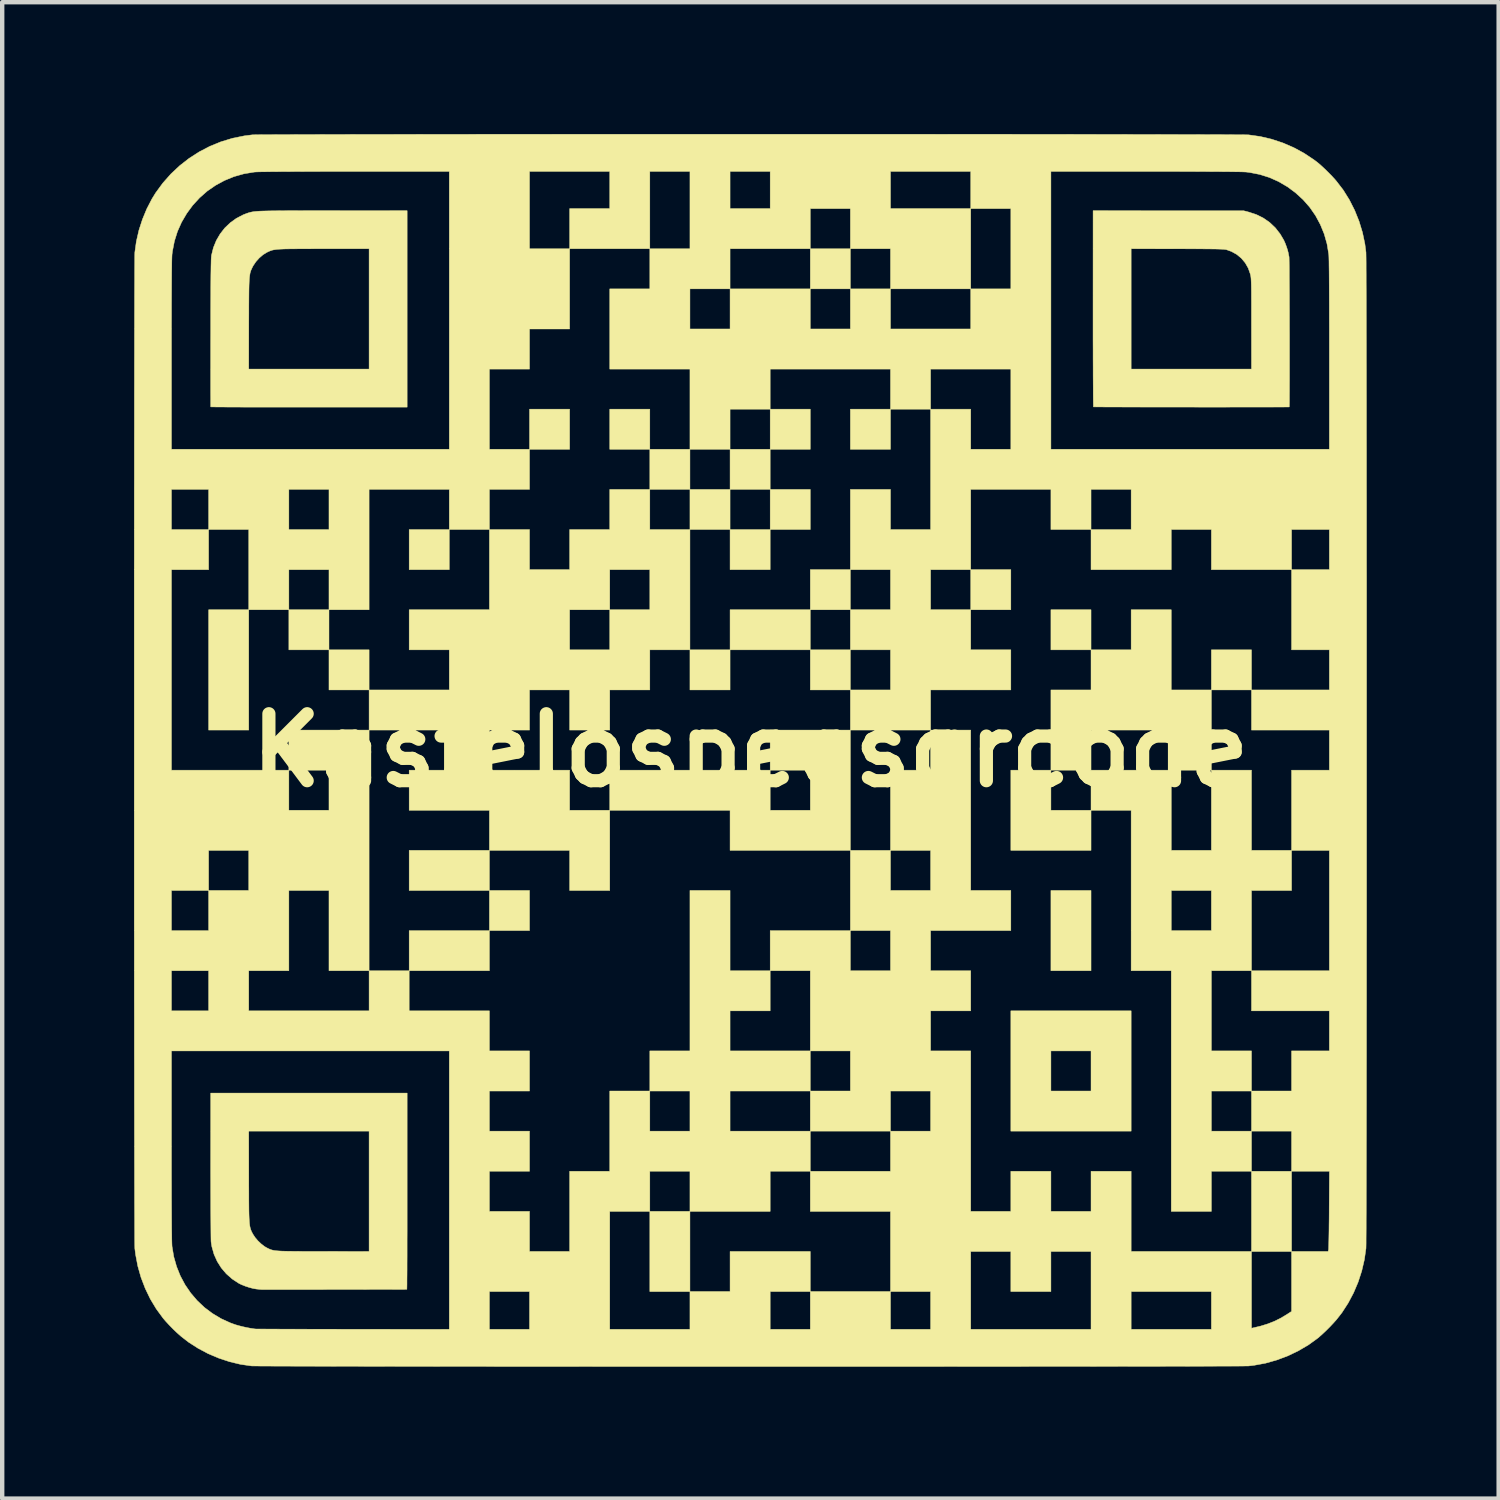
<source format=kicad_pcb>
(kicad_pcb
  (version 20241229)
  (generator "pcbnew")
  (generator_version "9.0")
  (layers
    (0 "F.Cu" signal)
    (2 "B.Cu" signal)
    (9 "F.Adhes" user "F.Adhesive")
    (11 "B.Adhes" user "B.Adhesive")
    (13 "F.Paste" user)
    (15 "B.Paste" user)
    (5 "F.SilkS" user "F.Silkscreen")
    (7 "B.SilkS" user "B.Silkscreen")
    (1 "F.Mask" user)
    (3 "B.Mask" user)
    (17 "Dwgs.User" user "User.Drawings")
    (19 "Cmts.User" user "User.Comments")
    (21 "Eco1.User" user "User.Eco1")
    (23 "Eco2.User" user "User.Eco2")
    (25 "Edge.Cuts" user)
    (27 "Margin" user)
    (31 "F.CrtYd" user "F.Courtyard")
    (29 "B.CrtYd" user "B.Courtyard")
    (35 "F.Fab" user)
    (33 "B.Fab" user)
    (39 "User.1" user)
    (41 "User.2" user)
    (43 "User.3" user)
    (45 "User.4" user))
  (footprint "Kastelospecsqrcode"
    (layer "F.Cu")
    (at 14.028 14.028)
    (property "Reference" "Kastelospecsqrcode" (at 0 0 0) (layer "F.SilkS") (effects (font (size 1.524 1.524) (thickness 0.3))))
    (attr through_hole)
    (fp_poly (pts (xy -11.417 -0.463) (xy -12.33 -0.463) (xy -12.33 -3.201) (xy -11.417 -3.201) (xy -11.417 -0.463)) (stroke (width 0.01) (type solid)) (fill yes) (layer "F.SilkS"))
    (fp_poly (pts (xy -9.591 -2.289) (xy -10.504 -2.289) (xy -10.504 -3.201) (xy -9.591 -3.201) (xy -9.591 -2.289)) (stroke (width 0.01) (type solid)) (fill yes) (layer "F.SilkS"))
    (fp_poly (pts (xy -8.678 -1.376) (xy -9.591 -1.376) (xy -9.591 -2.289) (xy -8.678 -2.289) (xy -8.678 -1.376)) (stroke (width 0.01) (type solid)) (fill yes) (layer "F.SilkS"))
    (fp_poly (pts (xy -6.853 -4.114) (xy -7.766 -4.114) (xy -7.766 -5.027) (xy -6.853 -5.027) (xy -6.853 -4.114)) (stroke (width 0.01) (type solid)) (fill yes) (layer "F.SilkS"))
    (fp_poly (pts (xy -5.94 3.188) (xy -7.766 3.188) (xy -7.766 2.275) (xy -5.94 2.275) (xy -5.94 3.188)) (stroke (width 0.01) (type solid)) (fill yes) (layer "F.SilkS"))
    (fp_poly (pts (xy -5.94 5.014) (xy -7.766 5.014) (xy -7.766 4.101) (xy -5.94 4.101) (xy -5.94 5.014)) (stroke (width 0.01) (type solid)) (fill yes) (layer "F.SilkS"))
    (fp_poly (pts (xy -5.027 4.101) (xy -5.94 4.101) (xy -5.94 3.188) (xy -5.027 3.188) (xy -5.027 4.101)) (stroke (width 0.01) (type solid)) (fill yes) (layer "F.SilkS"))
    (fp_poly (pts (xy -4.114 -6.853) (xy -5.027 -6.853) (xy -5.027 -7.766) (xy -4.114 -7.766) (xy -4.114 -6.853)) (stroke (width 0.01) (type solid)) (fill yes) (layer "F.SilkS"))
    (fp_poly (pts (xy -2.289 -6.853) (xy -3.201 -6.853) (xy -3.201 -7.766) (xy -2.289 -7.766) (xy -2.289 -6.853)) (stroke (width 0.01) (type solid)) (fill yes) (layer "F.SilkS"))
    (fp_poly (pts (xy -1.376 12.316) (xy -2.289 12.316) (xy -2.289 10.491) (xy -1.376 10.491) (xy -1.376 12.316)) (stroke (width 0.01) (type solid)) (fill yes) (layer "F.SilkS"))
    (fp_poly (pts (xy -0.463 -1.376) (xy -1.376 -1.376) (xy -1.376 -2.289) (xy -0.463 -2.289) (xy -0.463 -1.376)) (stroke (width 0.01) (type solid)) (fill yes) (layer "F.SilkS"))
    (fp_poly (pts (xy 1.363 -6.853) (xy 0.45 -6.853) (xy 0.45 -7.766) (xy 1.363 -7.766) (xy 1.363 -6.853)) (stroke (width 0.01) (type solid)) (fill yes) (layer "F.SilkS"))
    (fp_poly (pts (xy 1.363 -2.289) (xy -0.463 -2.289) (xy -0.463 -3.201) (xy 1.363 -3.201) (xy 1.363 -2.289)) (stroke (width 0.01) (type solid)) (fill yes) (layer "F.SilkS"))
    (fp_poly (pts (xy 2.275 -10.504) (xy 1.363 -10.504) (xy 1.363 -11.417) (xy 2.275 -11.417) (xy 2.275 -10.504)) (stroke (width 0.01) (type solid)) (fill yes) (layer "F.SilkS"))
    (fp_poly (pts (xy 2.275 -3.201) (xy 1.363 -3.201) (xy 1.363 -4.114) (xy 2.275 -4.114) (xy 2.275 -3.201)) (stroke (width 0.01) (type solid)) (fill yes) (layer "F.SilkS"))
    (fp_poly (pts (xy 2.275 -1.376) (xy 1.363 -1.376) (xy 1.363 -2.289) (xy 2.275 -2.289) (xy 2.275 -1.376)) (stroke (width 0.01) (type solid)) (fill yes) (layer "F.SilkS"))
    (fp_poly (pts (xy 3.188 -6.853) (xy 2.275 -6.853) (xy 2.275 -7.766) (xy 3.188 -7.766) (xy 3.188 -6.853)) (stroke (width 0.01) (type solid)) (fill yes) (layer "F.SilkS"))
    (fp_poly (pts (xy 5.927 -3.201) (xy 5.014 -3.201) (xy 5.014 -4.114) (xy 5.927 -4.114) (xy 5.927 -3.201)) (stroke (width 0.01) (type solid)) (fill yes) (layer "F.SilkS"))
    (fp_poly (pts (xy 7.752 -2.289) (xy 6.839 -2.289) (xy 6.839 -3.201) (xy 7.752 -3.201) (xy 7.752 -2.289)) (stroke (width 0.01) (type solid)) (fill yes) (layer "F.SilkS"))
    (fp_poly (pts (xy 7.752 5.014) (xy 6.839 5.014) (xy 6.839 3.188) (xy 7.752 3.188) (xy 7.752 5.014)) (stroke (width 0.01) (type solid)) (fill yes) (layer "F.SilkS"))
    (fp_poly (pts (xy 11.404 -1.376) (xy 10.491 -1.376) (xy 10.491 -2.289) (xy 11.404 -2.289) (xy 11.404 -1.376)) (stroke (width 0.01) (type solid)) (fill yes) (layer "F.SilkS"))
    (fp_poly (pts (xy 12.316 11.404) (xy 11.404 11.404) (xy 11.404 9.578) (xy 12.316 9.578) (xy 12.316 11.404)) (stroke (width 0.01) (type solid)) (fill yes) (layer "F.SilkS"))
    (fp_poly (pts (xy 8.665 8.665) (xy 5.927 8.665) (xy 5.927 6.839) (xy 6.839 6.839) (xy 6.839 7.752) (xy 7.752 7.752) (xy 7.752 6.839) (xy 6.839 6.839) (xy 5.927 6.839) (xy 5.927 5.927) (xy 8.665 5.927) (xy 8.665 8.665)) (stroke (width 0.01) (type solid)) (fill yes) (layer "F.SilkS"))
    (fp_poly (pts (xy 2.275 2.275) (xy -0.463 2.275) (xy -0.463 1.363) (xy -3.201 1.363) (xy -3.201 0.45) (xy 0.45 0.45) (xy 0.45 1.363) (xy 1.363 1.363) (xy 1.363 0.45) (xy 0.45 0.45) (xy 0.45 -0.463) (xy 2.275 -0.463) (xy 2.275 2.275)) (stroke (width 0.01) (type solid)) (fill yes) (layer "F.SilkS"))
    (fp_poly (pts (xy 11.404 0.45) (xy 11.404 2.275) (xy 12.316 2.275) (xy 12.316 3.188) (xy 11.404 3.188) (xy 11.404 5.014) (xy 10.491 5.014) (xy 10.491 6.839) (xy 11.404 6.839) (xy 11.404 7.752) (xy 10.491 7.752) (xy 10.491 8.665) (xy 11.404 8.665) (xy 11.404 9.578) (xy 10.491 9.578) (xy 10.491 10.491) (xy 9.578 10.491) (xy 9.578 5.014) (xy 8.665 5.014) (xy 8.665 3.188) (xy 9.578 3.188) (xy 9.578 4.101) (xy 10.491 4.101) (xy 10.491 3.188) (xy 9.578 3.188) (xy 8.665 3.188) (xy 8.665 1.363) (xy 7.752 1.363) (xy 7.752 2.275) (xy 5.927 2.275) (xy 5.927 0.45) (xy 6.839 0.45) (xy 6.839 1.363) (xy 7.752 1.363) (xy 7.752 0.45) (xy 6.839 0.45) (xy 6.839 -0.463) (xy 7.752 -0.463) (xy 7.752 0.45) (xy 9.578 0.45) (xy 9.578 2.275) (xy 10.491 2.275) (xy 10.491 0.45) (xy 9.578 0.45) (xy 9.578 -0.463) (xy 7.752 -0.463) (xy 6.839 -0.463) (xy 6.839 -1.376) (xy 7.752 -1.376) (xy 7.752 -2.289) (xy 8.665 -2.289) (xy 8.665 -3.201) (xy 9.578 -3.201) (xy 9.578 -1.376) (xy 10.491 -1.376) (xy 10.491 0.45) (xy 11.404 0.45)) (stroke (width 0.01) (type solid)) (fill yes) (layer "F.SilkS"))
    (fp_poly (pts (xy -5.94 1.363) (xy -7.766 1.363) (xy -7.766 0.45) (xy -6.853 0.45) (xy -6.853 -0.463) (xy -8.678 -0.463) (xy -8.678 -1.376) (xy -6.853 -1.376) (xy -6.853 -2.289) (xy -7.766 -2.289) (xy -7.766 -3.201) (xy -5.94 -3.201) (xy -4.114 -3.201) (xy -4.114 -2.289) (xy -3.201 -2.289) (xy -3.201 -3.201) (xy -4.114 -3.201) (xy -5.94 -3.201) (xy -5.94 -5.027) (xy -5.027 -5.027) (xy -5.027 -4.114) (xy -4.114 -4.114) (xy -3.201 -4.114) (xy -3.201 -3.201) (xy -2.289 -3.201) (xy -2.289 -4.114) (xy -3.201 -4.114) (xy -4.114 -4.114) (xy -4.114 -5.027) (xy -3.201 -5.027) (xy -3.201 -5.94) (xy -2.289 -5.94) (xy -2.289 -5.027) (xy -1.376 -5.027) (xy -1.376 -5.94) (xy -2.289 -5.94) (xy -2.289 -6.853) (xy -1.376 -6.853) (xy -1.376 -5.94) (xy -0.463 -5.94) (xy -0.463 -5.027) (xy 0.45 -5.027) (xy 0.45 -5.94) (xy -0.463 -5.94) (xy -0.463 -6.853) (xy 0.45 -6.853) (xy 0.45 -5.94) (xy 1.363 -5.94) (xy 1.363 -5.027) (xy 0.45 -5.027) (xy 0.45 -4.114) (xy -0.463 -4.114) (xy -0.463 -5.027) (xy -1.376 -5.027) (xy -1.376 -2.289) (xy -2.289 -2.289) (xy -2.289 -1.376) (xy -3.201 -1.376) (xy -3.201 -0.463) (xy -4.114 -0.463) (xy -4.114 -1.376) (xy -5.027 -1.376) (xy -5.027 -0.463) (xy -5.94 -0.463) (xy -5.94 0.45) (xy -4.114 0.45) (xy -4.114 1.363) (xy -3.201 1.363) (xy -3.201 3.188) (xy -4.114 3.188) (xy -4.114 2.275) (xy -5.94 2.275) (xy -5.94 1.363)) (stroke (width 0.01) (type solid)) (fill yes) (layer "F.SilkS"))
    (fp_poly (pts (xy -7.812 10.031) (xy -7.812 10.272) (xy -7.812 10.506) (xy -7.812 10.731) (xy -7.812 10.946) (xy -7.813 11.15) (xy -7.813 11.341) (xy -7.813 11.518) (xy -7.814 11.68) (xy -7.814 11.824) (xy -7.815 11.951) (xy -7.816 12.058) (xy -7.816 12.145) (xy -7.817 12.209) (xy -7.818 12.249) (xy -7.818 12.265) (xy -7.818 12.265) (xy -7.832 12.265) (xy -7.871 12.266) (xy -7.932 12.266) (xy -8.013 12.266) (xy -8.113 12.266) (xy -8.23 12.267) (xy -8.362 12.267) (xy -8.507 12.267) (xy -8.663 12.267) (xy -8.828 12.268) (xy -9 12.268) (xy -9.177 12.268) (xy -9.358 12.268) (xy -9.54 12.268) (xy -9.721 12.269) (xy -9.9 12.269) (xy -10.074 12.269) (xy -10.243 12.269) (xy -10.403 12.269) (xy -10.552 12.269) (xy -10.69 12.269) (xy -10.814 12.269) (xy -10.921 12.269) (xy -11.011 12.269) (xy -11.081 12.269) (xy -11.129 12.269) (xy -11.154 12.268) (xy -11.157 12.268) (xy -11.17 12.266) (xy -11.202 12.262) (xy -11.245 12.258) (xy -11.319 12.245) (xy -11.406 12.222) (xy -11.497 12.192) (xy -11.582 12.158) (xy -11.642 12.129) (xy -11.793 12.03) (xy -11.927 11.912) (xy -12.041 11.778) (xy -12.135 11.629) (xy -12.207 11.468) (xy -12.256 11.296) (xy -12.273 11.192) (xy -12.275 11.168) (xy -12.276 11.119) (xy -12.277 11.047) (xy -12.278 10.954) (xy -12.279 10.842) (xy -12.28 10.711) (xy -12.281 10.564) (xy -12.282 10.402) (xy -12.282 10.227) (xy -12.283 10.042) (xy -12.283 9.846) (xy -12.284 9.643) (xy -12.284 9.452) (xy -12.283 8.665) (xy -11.417 8.665) (xy -11.416 9.7) (xy -11.416 9.899) (xy -11.415 10.074) (xy -11.415 10.225) (xy -11.414 10.356) (xy -11.413 10.468) (xy -11.411 10.564) (xy -11.408 10.644) (xy -11.404 10.711) (xy -11.4 10.766) (xy -11.394 10.812) (xy -11.387 10.851) (xy -11.378 10.884) (xy -11.368 10.914) (xy -11.357 10.942) (xy -11.343 10.97) (xy -11.327 11) (xy -11.321 11.011) (xy -11.273 11.084) (xy -11.209 11.16) (xy -11.134 11.231) (xy -11.058 11.29) (xy -11.006 11.32) (xy -10.977 11.335) (xy -10.951 11.347) (xy -10.925 11.358) (xy -10.898 11.367) (xy -10.868 11.375) (xy -10.832 11.382) (xy -10.789 11.387) (xy -10.738 11.391) (xy -10.675 11.395) (xy -10.6 11.397) (xy -10.51 11.399) (xy -10.403 11.4) (xy -10.279 11.401) (xy -10.133 11.402) (xy -9.966 11.402) (xy -9.775 11.402) (xy -9.72 11.402) (xy -8.678 11.404) (xy -8.678 8.665) (xy -11.417 8.665) (xy -12.283 8.665) (xy -12.283 7.799) (xy -7.812 7.799) (xy -7.812 10.031)) (stroke (width 0.01) (type solid)) (fill yes) (layer "F.SilkS"))
    (fp_poly (pts (xy -9.725 -12.284) (xy -9.485 -12.284) (xy -7.812 -12.283) (xy -7.812 -7.812) (xy -10.045 -7.812) (xy -10.286 -7.812) (xy -10.52 -7.812) (xy -10.745 -7.812) (xy -10.961 -7.812) (xy -11.165 -7.813) (xy -11.356 -7.813) (xy -11.533 -7.813) (xy -11.695 -7.814) (xy -11.84 -7.814) (xy -11.967 -7.815) (xy -12.075 -7.816) (xy -12.161 -7.816) (xy -12.225 -7.817) (xy -12.266 -7.818) (xy -12.282 -7.818) (xy -12.282 -7.818) (xy -12.283 -7.832) (xy -12.283 -7.871) (xy -12.283 -7.933) (xy -12.283 -8.017) (xy -12.284 -8.12) (xy -12.284 -8.243) (xy -12.284 -8.382) (xy -12.284 -8.537) (xy -12.284 -8.678) (xy -11.417 -8.678) (xy -8.678 -8.678) (xy -8.678 -11.417) (xy -9.714 -11.417) (xy -9.912 -11.417) (xy -10.085 -11.416) (xy -10.236 -11.416) (xy -10.367 -11.415) (xy -10.478 -11.414) (xy -10.573 -11.413) (xy -10.652 -11.41) (xy -10.718 -11.407) (xy -10.773 -11.403) (xy -10.818 -11.397) (xy -10.856 -11.391) (xy -10.889 -11.383) (xy -10.917 -11.374) (xy -10.944 -11.363) (xy -10.971 -11.351) (xy -11 -11.337) (xy -11.007 -11.334) (xy -11.093 -11.28) (xy -11.178 -11.207) (xy -11.254 -11.122) (xy -11.315 -11.032) (xy -11.329 -11.006) (xy -11.344 -10.975) (xy -11.357 -10.947) (xy -11.369 -10.92) (xy -11.378 -10.891) (xy -11.387 -10.859) (xy -11.393 -10.821) (xy -11.399 -10.777) (xy -11.404 -10.723) (xy -11.407 -10.659) (xy -11.41 -10.581) (xy -11.412 -10.49) (xy -11.413 -10.381) (xy -11.414 -10.254) (xy -11.415 -10.107) (xy -11.415 -9.937) (xy -11.416 -9.743) (xy -11.416 -9.707) (xy -11.417 -8.678) (xy -12.284 -8.678) (xy -12.284 -8.705) (xy -12.284 -8.886) (xy -12.284 -9.077) (xy -12.284 -9.278) (xy -12.283 -9.485) (xy -12.283 -9.499) (xy -12.283 -9.757) (xy -12.283 -9.989) (xy -12.282 -10.198) (xy -12.281 -10.384) (xy -12.281 -10.549) (xy -12.28 -10.693) (xy -12.279 -10.818) (xy -12.277 -10.925) (xy -12.276 -11.016) (xy -12.274 -11.091) (xy -12.273 -11.152) (xy -12.271 -11.2) (xy -12.268 -11.236) (xy -12.266 -11.262) (xy -12.264 -11.271) (xy -12.221 -11.443) (xy -12.155 -11.605) (xy -12.068 -11.754) (xy -11.962 -11.89) (xy -11.837 -12.009) (xy -11.697 -12.11) (xy -11.543 -12.19) (xy -11.46 -12.222) (xy -11.433 -12.231) (xy -11.408 -12.239) (xy -11.383 -12.246) (xy -11.355 -12.252) (xy -11.324 -12.258) (xy -11.288 -12.263) (xy -11.246 -12.267) (xy -11.196 -12.271) (xy -11.137 -12.274) (xy -11.068 -12.276) (xy -10.986 -12.278) (xy -10.891 -12.28) (xy -10.781 -12.281) (xy -10.655 -12.282) (xy -10.51 -12.283) (xy -10.347 -12.283) (xy -10.162 -12.284) (xy -9.955 -12.284) (xy -9.725 -12.284)) (stroke (width 0.01) (type solid)) (fill yes) (layer "F.SilkS"))
    (fp_poly (pts (xy 9.512 -12.282) (xy 11.225 -12.282) (xy 11.344 -12.251) (xy 11.516 -12.194) (xy 11.675 -12.115) (xy 11.819 -12.014) (xy 11.947 -11.893) (xy 12.056 -11.753) (xy 12.141 -11.609) (xy 12.171 -11.541) (xy 12.2 -11.464) (xy 12.225 -11.387) (xy 12.241 -11.323) (xy 12.242 -11.318) (xy 12.25 -11.275) (xy 12.259 -11.232) (xy 12.26 -11.213) (xy 12.261 -11.17) (xy 12.262 -11.105) (xy 12.263 -11.02) (xy 12.264 -10.916) (xy 12.264 -10.796) (xy 12.265 -10.661) (xy 12.266 -10.514) (xy 12.267 -10.355) (xy 12.267 -10.188) (xy 12.268 -10.013) (xy 12.268 -9.834) (xy 12.268 -9.651) (xy 12.269 -9.467) (xy 12.269 -9.284) (xy 12.269 -9.103) (xy 12.269 -8.926) (xy 12.269 -8.756) (xy 12.269 -8.594) (xy 12.269 -8.442) (xy 12.268 -8.302) (xy 12.268 -8.176) (xy 12.267 -8.066) (xy 12.267 -7.973) (xy 12.266 -7.901) (xy 12.265 -7.849) (xy 12.264 -7.821) (xy 12.264 -7.817) (xy 12.249 -7.816) (xy 12.209 -7.816) (xy 12.146 -7.815) (xy 12.062 -7.815) (xy 11.958 -7.815) (xy 11.836 -7.814) (xy 11.698 -7.814) (xy 11.545 -7.814) (xy 11.379 -7.814) (xy 11.202 -7.814) (xy 11.015 -7.814) (xy 10.82 -7.813) (xy 10.619 -7.813) (xy 10.413 -7.813) (xy 10.204 -7.813) (xy 9.994 -7.814) (xy 9.784 -7.814) (xy 9.576 -7.814) (xy 9.371 -7.814) (xy 9.172 -7.814) (xy 8.98 -7.814) (xy 8.797 -7.815) (xy 8.624 -7.815) (xy 8.463 -7.815) (xy 8.316 -7.816) (xy 8.184 -7.816) (xy 8.069 -7.816) (xy 7.973 -7.817) (xy 7.897 -7.817) (xy 7.843 -7.818) (xy 7.813 -7.818) (xy 7.807 -7.818) (xy 7.806 -7.832) (xy 7.805 -7.871) (xy 7.804 -7.933) (xy 7.803 -8.018) (xy 7.802 -8.124) (xy 7.802 -8.25) (xy 7.801 -8.393) (xy 7.8 -8.554) (xy 7.8 -8.678) (xy 8.665 -8.678) (xy 11.404 -8.678) (xy 11.403 -9.709) (xy 11.403 -9.9) (xy 11.403 -10.065) (xy 11.403 -10.208) (xy 11.402 -10.331) (xy 11.402 -10.434) (xy 11.401 -10.521) (xy 11.4 -10.592) (xy 11.398 -10.65) (xy 11.396 -10.698) (xy 11.394 -10.736) (xy 11.391 -10.766) (xy 11.388 -10.791) (xy 11.384 -10.813) (xy 11.379 -10.832) (xy 11.377 -10.841) (xy 11.33 -10.975) (xy 11.261 -11.096) (xy 11.173 -11.201) (xy 11.068 -11.288) (xy 10.947 -11.355) (xy 10.833 -11.396) (xy 10.816 -11.399) (xy 10.792 -11.402) (xy 10.759 -11.405) (xy 10.715 -11.407) (xy 10.66 -11.409) (xy 10.59 -11.411) (xy 10.505 -11.412) (xy 10.403 -11.413) (xy 10.281 -11.414) (xy 10.139 -11.415) (xy 9.975 -11.415) (xy 9.786 -11.416) (xy 9.714 -11.416) (xy 8.665 -11.417) (xy 8.665 -8.678) (xy 7.8 -8.678) (xy 7.8 -8.73) (xy 7.799 -8.92) (xy 7.799 -9.123) (xy 7.798 -9.338) (xy 7.798 -9.562) (xy 7.798 -9.795) (xy 7.798 -10.035) (xy 7.798 -10.054) (xy 7.799 -12.283) (xy 9.512 -12.282)) (stroke (width 0.01) (type solid)) (fill yes) (layer "F.SilkS"))
    (fp_poly (pts (xy 0.311 -14.023) (xy 0.787 -14.023) (xy 1.262 -14.023) (xy 1.734 -14.023) (xy 2.205 -14.023) (xy 2.671 -14.023) (xy 3.133 -14.023) (xy 3.591 -14.023) (xy 4.042 -14.023) (xy 4.488 -14.022) (xy 4.925 -14.022) (xy 5.355 -14.022) (xy 5.777 -14.022) (xy 6.188 -14.021) (xy 6.59 -14.021) (xy 6.981 -14.021) (xy 7.36 -14.02) (xy 7.726 -14.02) (xy 8.079 -14.019) (xy 8.419 -14.019) (xy 8.743 -14.018) (xy 9.052 -14.018) (xy 9.345 -14.017) (xy 9.621 -14.017) (xy 9.88 -14.016) (xy 10.119 -14.016) (xy 10.34 -14.015) (xy 10.541 -14.014) (xy 10.721 -14.014) (xy 10.879 -14.013) (xy 11.016 -14.012) (xy 11.129 -14.012) (xy 11.219 -14.011) (xy 11.284 -14.01) (xy 11.325 -14.009) (xy 11.337 -14.009) (xy 11.6 -13.972) (xy 11.861 -13.911) (xy 12.117 -13.826) (xy 12.365 -13.719) (xy 12.601 -13.591) (xy 12.822 -13.444) (xy 12.912 -13.376) (xy 12.982 -13.316) (xy 13.062 -13.242) (xy 13.147 -13.159) (xy 13.23 -13.075) (xy 13.304 -12.994) (xy 13.335 -12.958) (xy 13.493 -12.752) (xy 13.632 -12.529) (xy 13.752 -12.292) (xy 13.852 -12.043) (xy 13.93 -11.787) (xy 13.985 -11.526) (xy 14.01 -11.331) (xy 14.01 -11.309) (xy 14.011 -11.262) (xy 14.012 -11.189) (xy 14.013 -11.093) (xy 14.013 -10.973) (xy 14.014 -10.83) (xy 14.014 -10.665) (xy 14.015 -10.48) (xy 14.016 -10.273) (xy 14.016 -10.047) (xy 14.017 -9.802) (xy 14.017 -9.539) (xy 14.018 -9.258) (xy 14.018 -8.96) (xy 14.019 -8.647) (xy 14.019 -8.318) (xy 14.02 -7.975) (xy 14.02 -7.618) (xy 14.02 -7.248) (xy 14.021 -6.866) (xy 14.021 -6.472) (xy 14.021 -6.068) (xy 14.022 -5.653) (xy 14.022 -5.229) (xy 14.022 -4.797) (xy 14.022 -4.357) (xy 14.023 -3.91) (xy 14.023 -3.457) (xy 14.023 -2.998) (xy 14.023 -2.535) (xy 14.023 -2.067) (xy 14.023 -1.597) (xy 14.023 -1.123) (xy 14.023 -0.648) (xy 14.023 -0.172) (xy 14.023 0.304) (xy 14.023 0.78) (xy 14.023 1.254) (xy 14.023 1.727) (xy 14.023 2.197) (xy 14.023 2.663) (xy 14.023 3.126) (xy 14.023 3.583) (xy 14.023 4.034) (xy 14.022 4.48) (xy 14.022 4.917) (xy 14.022 5.347) (xy 14.022 5.769) (xy 14.021 6.18) (xy 14.021 6.582) (xy 14.021 6.972) (xy 14.02 7.351) (xy 14.02 7.718) (xy 14.02 8.071) (xy 14.019 8.41) (xy 14.019 8.735) (xy 14.018 9.044) (xy 14.018 9.337) (xy 14.017 9.613) (xy 14.017 9.872) (xy 14.016 10.111) (xy 14.016 10.332) (xy 14.015 10.533) (xy 14.014 10.713) (xy 14.014 10.872) (xy 14.013 11.008) (xy 14.012 11.122) (xy 14.012 11.212) (xy 14.011 11.277) (xy 14.01 11.318) (xy 14.01 11.331) (xy 13.973 11.59) (xy 13.913 11.847) (xy 13.831 12.1) (xy 13.727 12.345) (xy 13.604 12.577) (xy 13.463 12.795) (xy 13.336 12.957) (xy 13.267 13.034) (xy 13.188 13.118) (xy 13.103 13.203) (xy 13.019 13.282) (xy 12.943 13.35) (xy 12.912 13.376) (xy 12.701 13.529) (xy 12.473 13.663) (xy 12.232 13.779) (xy 11.981 13.873) (xy 11.724 13.946) (xy 11.465 13.994) (xy 11.337 14.009) (xy 11.316 14.01) (xy 11.27 14.01) (xy 11.198 14.011) (xy 11.102 14.012) (xy 10.983 14.012) (xy 10.841 14.013) (xy 10.677 14.013) (xy 10.491 14.014) (xy 10.285 14.015) (xy 10.06 14.015) (xy 9.816 14.016) (xy 9.553 14.016) (xy 9.273 14.017) (xy 8.976 14.017) (xy 8.663 14.017) (xy 8.335 14.018) (xy 7.992 14.018) (xy 7.635 14.019) (xy 7.266 14.019) (xy 6.884 14.019) (xy 6.491 14.019) (xy 6.087 14.02) (xy 5.673 14.02) (xy 5.249 14.02) (xy 4.818 14.02) (xy 4.378 14.021) (xy 3.931 14.021) (xy 3.478 14.021) (xy 3.02 14.021) (xy 2.556 14.021) (xy 2.089 14.021) (xy 1.618 14.021) (xy 1.145 14.021) (xy 0.67 14.021) (xy 0.194 14.021) (xy -0.283 14.021) (xy -0.759 14.021) (xy -1.233 14.021) (xy -1.706 14.021) (xy -2.177 14.021) (xy -2.643 14.021) (xy -3.106 14.021) (xy -3.564 14.021) (xy -4.016 14.02) (xy -4.462 14.02) (xy -4.9 14.02) (xy -5.331 14.02) (xy -5.753 14.02) (xy -6.166 14.019) (xy -6.568 14.019) (xy -6.96 14.019) (xy -7.34 14.018) (xy -7.707 14.018) (xy -8.062 14.018) (xy -8.403 14.017) (xy -8.729 14.017) (xy -9.039 14.016) (xy -9.334 14.016) (xy -9.612 14.015) (xy -9.872 14.015) (xy -10.114 14.014) (xy -10.336 14.014) (xy -10.539 14.013) (xy -10.721 14.013) (xy -10.882 14.012) (xy -11.021 14.011) (xy -11.137 14.011) (xy -11.23 14.01) (xy -11.298 14.009) (xy -11.341 14.009) (xy -11.357 14.008) (xy -11.605 13.972) (xy -11.855 13.912) (xy -12.102 13.83) (xy -12.343 13.728) (xy -12.572 13.606) (xy -12.787 13.468) (xy -12.958 13.335) (xy -13.044 13.259) (xy -13.136 13.171) (xy -13.227 13.078) (xy -13.31 12.988) (xy -13.367 12.921) (xy -13.521 12.711) (xy -13.657 12.485) (xy -13.773 12.245) (xy -13.869 11.994) (xy -13.942 11.737) (xy -13.992 11.475) (xy -14.01 11.331) (xy -14.01 11.309) (xy -14.011 11.262) (xy -14.012 11.189) (xy -14.013 11.093) (xy -14.013 10.973) (xy -14.014 10.83) (xy -14.014 10.665) (xy -14.015 10.48) (xy -14.016 10.273) (xy -14.016 10.047) (xy -14.017 9.802) (xy -14.017 9.539) (xy -14.018 9.258) (xy -14.018 8.96) (xy -14.019 8.647) (xy -14.019 8.318) (xy -14.02 7.975) (xy -14.02 7.618) (xy -14.02 7.248) (xy -14.021 6.866) (xy -14.021 6.839) (xy -13.176 6.839) (xy -13.176 9.006) (xy -13.176 9.319) (xy -13.176 9.611) (xy -13.175 9.881) (xy -13.175 10.129) (xy -13.174 10.354) (xy -13.173 10.556) (xy -13.172 10.735) (xy -13.171 10.89) (xy -13.169 11.021) (xy -13.168 11.127) (xy -13.166 11.208) (xy -13.164 11.263) (xy -13.162 11.291) (xy -13.123 11.524) (xy -13.059 11.748) (xy -12.973 11.962) (xy -12.865 12.163) (xy -12.737 12.35) (xy -12.59 12.522) (xy -12.425 12.678) (xy -12.242 12.815) (xy -12.045 12.933) (xy -11.832 13.03) (xy -11.721 13.07) (xy -11.645 13.092) (xy -11.554 13.115) (xy -11.458 13.136) (xy -11.366 13.153) (xy -11.287 13.165) (xy -11.265 13.167) (xy -11.246 13.168) (xy -11.202 13.168) (xy -11.134 13.169) (xy -11.045 13.169) (xy -10.934 13.17) (xy -10.804 13.17) (xy -10.657 13.171) (xy -10.493 13.171) (xy -10.313 13.172) (xy -10.12 13.172) (xy -9.915 13.173) (xy -9.7 13.173) (xy -9.474 13.173) (xy -9.241 13.174) (xy -9.032 13.174) (xy -6.853 13.176) (xy -6.853 12.316) (xy -5.94 12.316) (xy -5.94 13.176) (xy -5.027 13.176) (xy -5.027 12.316) (xy -5.94 12.316) (xy -6.853 12.316) (xy -6.853 6.839) (xy -13.176 6.839) (xy -14.021 6.839) (xy -14.021 6.472) (xy -14.021 6.068) (xy -14.022 5.653) (xy -14.022 5.229) (xy -14.022 5.014) (xy -13.176 5.014) (xy -13.176 5.927) (xy -12.33 5.927) (xy -12.33 5.014) (xy -11.417 5.014) (xy -11.417 5.927) (xy -8.678 5.927) (xy -8.678 5.014) (xy -9.591 5.014) (xy -9.591 3.188) (xy -10.504 3.188) (xy -10.504 5.014) (xy -11.417 5.014) (xy -12.33 5.014) (xy -13.176 5.014) (xy -14.022 5.014) (xy -14.022 4.797) (xy -14.022 4.357) (xy -14.023 3.91) (xy -14.023 3.457) (xy -14.023 3.188) (xy -13.176 3.188) (xy -13.176 4.101) (xy -12.33 4.101) (xy -12.33 3.188) (xy -13.176 3.188) (xy -14.023 3.188) (xy -14.023 2.998) (xy -14.023 2.535) (xy -14.023 2.275) (xy -12.33 2.275) (xy -12.33 3.188) (xy -11.417 3.188) (xy -11.417 2.275) (xy -12.33 2.275) (xy -14.023 2.275) (xy -14.023 2.067) (xy -14.023 1.597) (xy -14.023 1.123) (xy -14.023 0.648) (xy -14.023 0.172) (xy -14.023 -0.304) (xy -14.023 -0.78) (xy -14.023 -1.254) (xy -14.023 -1.727) (xy -14.023 -2.197) (xy -14.023 -2.663) (xy -14.023 -3.126) (xy -14.023 -3.583) (xy -14.023 -4.034) (xy -14.023 -4.114) (xy -13.176 -4.114) (xy -13.176 0.45) (xy -10.504 0.45) (xy -10.504 1.363) (xy -9.591 1.363) (xy -9.591 0.45) (xy -10.504 0.45) (xy -10.504 -0.463) (xy -8.678 -0.463) (xy -8.678 5.014) (xy -7.766 5.014) (xy -7.766 5.927) (xy -5.94 5.927) (xy -5.94 6.839) (xy -5.027 6.839) (xy -5.027 7.752) (xy -5.94 7.752) (xy -5.94 8.665) (xy -5.027 8.665) (xy -5.027 9.578) (xy -5.94 9.578) (xy -5.94 10.491) (xy -5.027 10.491) (xy -5.027 11.404) (xy -4.114 11.404) (xy -4.114 10.491) (xy -3.201 10.491) (xy -3.201 13.176) (xy -1.376 13.176) (xy -1.376 12.316) (xy -0.463 12.316) (xy 0.45 12.316) (xy 0.45 13.176) (xy 1.363 13.176) (xy 1.363 12.316) (xy 0.45 12.316) (xy -0.463 12.316) (xy -0.463 11.404) (xy 1.363 11.404) (xy 1.363 12.316) (xy 3.188 12.316) (xy 3.188 13.176) (xy 4.101 13.176) (xy 4.101 12.316) (xy 3.188 12.316) (xy 3.188 11.404) (xy 5.014 11.404) (xy 5.014 13.176) (xy 7.752 13.176) (xy 7.752 12.316) (xy 8.665 12.316) (xy 8.665 13.176) (xy 10.491 13.176) (xy 10.491 12.316) (xy 8.665 12.316) (xy 7.752 12.316) (xy 7.752 11.404) (xy 6.839 11.404) (xy 6.839 12.316) (xy 5.927 12.316) (xy 5.927 11.404) (xy 5.014 11.404) (xy 3.188 11.404) (xy 3.188 10.491) (xy 1.363 10.491) (xy 1.363 9.578) (xy 0.45 9.578) (xy 0.45 10.491) (xy -1.376 10.491) (xy -1.376 9.578) (xy -2.289 9.578) (xy -2.289 10.491) (xy -3.201 10.491) (xy -4.114 10.491) (xy -4.114 9.578) (xy -3.201 9.578) (xy -3.201 7.752) (xy -2.289 7.752) (xy -2.289 8.665) (xy -1.376 8.665) (xy -1.376 7.752) (xy -0.463 7.752) (xy -0.463 8.665) (xy 1.363 8.665) (xy 1.363 9.578) (xy 3.188 9.578) (xy 3.188 8.665) (xy 1.363 8.665) (xy 1.363 7.752) (xy -0.463 7.752) (xy -1.376 7.752) (xy -2.289 7.752) (xy -2.289 6.839) (xy -1.376 6.839) (xy -1.376 5.927) (xy -0.463 5.927) (xy -0.463 6.839) (xy 1.363 6.839) (xy 1.363 7.752) (xy 2.275 7.752) (xy 3.188 7.752) (xy 3.188 8.665) (xy 4.101 8.665) (xy 4.101 7.752) (xy 3.188 7.752) (xy 2.275 7.752) (xy 2.275 6.839) (xy 1.363 6.839) (xy 1.363 5.014) (xy 0.45 5.014) (xy 0.45 5.927) (xy -0.463 5.927) (xy -1.376 5.927) (xy -1.376 3.188) (xy -0.463 3.188) (xy -0.463 5.014) (xy 0.45 5.014) (xy 0.45 4.101) (xy 2.275 4.101) (xy 2.275 5.014) (xy 3.188 5.014) (xy 3.188 4.101) (xy 2.275 4.101) (xy 2.275 2.275) (xy 3.188 2.275) (xy 3.188 3.188) (xy 4.101 3.188) (xy 4.101 2.275) (xy 3.188 2.275) (xy 3.188 0.45) (xy 4.101 0.45) (xy 4.101 -0.463) (xy 2.275 -0.463) (xy 2.275 -1.376) (xy 3.188 -1.376) (xy 3.188 -2.289) (xy 2.275 -2.289) (xy 2.275 -3.201) (xy 3.188 -3.201) (xy 3.188 -4.114) (xy 4.101 -4.114) (xy 4.101 -3.201) (xy 5.014 -3.201) (xy 5.014 -2.289) (xy 5.927 -2.289) (xy 5.927 -1.376) (xy 4.101 -1.376) (xy 4.101 -0.463) (xy 5.014 -0.463) (xy 5.014 3.188) (xy 5.927 3.188) (xy 5.927 4.101) (xy 4.101 4.101) (xy 4.101 5.014) (xy 5.014 5.014) (xy 5.014 5.927) (xy 4.101 5.927) (xy 4.101 6.839) (xy 5.014 6.839) (xy 5.014 10.491) (xy 5.927 10.491) (xy 5.927 9.578) (xy 6.839 9.578) (xy 6.839 10.491) (xy 7.752 10.491) (xy 7.752 9.578) (xy 8.665 9.578) (xy 8.665 11.404) (xy 11.404 11.404) (xy 11.404 13.15) (xy 11.433 13.144) (xy 11.614 13.101) (xy 11.775 13.051) (xy 11.923 12.993) (xy 12.062 12.924) (xy 12.2 12.842) (xy 12.207 12.838) (xy 12.316 12.767) (xy 12.316 11.404) (xy 13.147 11.404) (xy 13.157 11.367) (xy 13.159 11.348) (xy 13.16 11.305) (xy 13.162 11.239) (xy 13.164 11.155) (xy 13.166 11.052) (xy 13.168 10.935) (xy 13.169 10.806) (xy 13.171 10.666) (xy 13.172 10.517) (xy 13.172 10.454) (xy 13.178 9.578) (xy 12.316 9.578) (xy 12.316 8.665) (xy 11.404 8.665) (xy 11.404 7.752) (xy 12.316 7.752) (xy 12.316 6.839) (xy 13.176 6.839) (xy 13.176 5.927) (xy 11.404 5.927) (xy 11.404 5.014) (xy 13.176 5.014) (xy 13.176 2.275) (xy 12.316 2.275) (xy 12.316 0.45) (xy 13.176 0.45) (xy 13.176 -0.463) (xy 11.404 -0.463) (xy 11.404 -1.376) (xy 13.176 -1.376) (xy 13.176 -2.289) (xy 12.316 -2.289) (xy 12.316 -4.114) (xy 10.491 -4.114) (xy 10.491 -5.027) (xy 12.316 -5.027) (xy 12.316 -4.114) (xy 13.176 -4.114) (xy 13.176 -5.027) (xy 12.316 -5.027) (xy 10.491 -5.027) (xy 9.578 -5.027) (xy 9.578 -4.114) (xy 7.752 -4.114) (xy 7.752 -5.027) (xy 6.839 -5.027) (xy 6.839 -5.94) (xy 7.752 -5.94) (xy 7.752 -5.027) (xy 8.665 -5.027) (xy 8.665 -5.94) (xy 7.752 -5.94) (xy 6.839 -5.94) (xy 5.014 -5.94) (xy 5.014 -4.114) (xy 4.101 -4.114) (xy 3.188 -4.114) (xy 2.275 -4.114) (xy 2.275 -5.94) (xy 3.188 -5.94) (xy 3.188 -5.027) (xy 4.101 -5.027) (xy 4.101 -7.766) (xy 3.188 -7.766) (xy 3.188 -8.678) (xy 4.101 -8.678) (xy 4.101 -7.766) (xy 5.014 -7.766) (xy 5.014 -6.853) (xy 5.927 -6.853) (xy 6.839 -6.853) (xy 13.176 -6.853) (xy 13.176 -9.012) (xy 13.176 -9.325) (xy 13.176 -9.616) (xy 13.175 -9.886) (xy 13.175 -10.133) (xy 13.174 -10.358) (xy 13.173 -10.56) (xy 13.172 -10.738) (xy 13.171 -10.893) (xy 13.169 -11.023) (xy 13.168 -11.128) (xy 13.166 -11.209) (xy 13.164 -11.263) (xy 13.162 -11.291) (xy 13.123 -11.527) (xy 13.059 -11.753) (xy 12.971 -11.968) (xy 12.861 -12.172) (xy 12.73 -12.361) (xy 12.577 -12.535) (xy 12.404 -12.693) (xy 12.221 -12.828) (xy 12.02 -12.946) (xy 11.811 -13.039) (xy 11.592 -13.108) (xy 11.361 -13.153) (xy 11.291 -13.162) (xy 11.26 -13.164) (xy 11.203 -13.166) (xy 11.12 -13.168) (xy 11.013 -13.169) (xy 10.88 -13.171) (xy 10.724 -13.172) (xy 10.543 -13.173) (xy 10.339 -13.174) (xy 10.112 -13.175) (xy 9.863 -13.175) (xy 9.591 -13.176) (xy 9.298 -13.176) (xy 9.006 -13.176) (xy 6.839 -13.176) (xy 6.839 -6.853) (xy 5.927 -6.853) (xy 5.927 -8.678) (xy 4.101 -8.678) (xy 3.188 -8.678) (xy 0.45 -8.678) (xy 0.45 -7.766) (xy -0.463 -7.766) (xy -0.463 -6.853) (xy -1.376 -6.853) (xy -1.376 -8.678) (xy -3.201 -8.678) (xy -3.201 -10.504) (xy -2.289 -10.504) (xy -1.376 -10.504) (xy -1.376 -9.591) (xy -0.463 -9.591) (xy -0.463 -10.504) (xy -1.376 -10.504) (xy -2.289 -10.504) (xy -2.289 -11.417) (xy -4.114 -11.417) (xy -4.114 -9.591) (xy -5.027 -9.591) (xy -5.027 -8.678) (xy -5.94 -8.678) (xy -5.94 -6.853) (xy -5.027 -6.853) (xy -5.027 -5.94) (xy -5.94 -5.94) (xy -5.94 -5.027) (xy -6.853 -5.027) (xy -6.853 -5.94) (xy -8.678 -5.94) (xy -8.678 -3.201) (xy -9.591 -3.201) (xy -9.591 -4.114) (xy -10.504 -4.114) (xy -10.504 -3.201) (xy -11.417 -3.201) (xy -11.417 -5.027) (xy -12.33 -5.027) (xy -12.33 -4.114) (xy -13.176 -4.114) (xy -14.023 -4.114) (xy -14.022 -4.48) (xy -14.022 -4.917) (xy -14.022 -5.347) (xy -14.022 -5.769) (xy -14.022 -5.94) (xy -13.176 -5.94) (xy -13.176 -5.027) (xy -12.33 -5.027) (xy -12.33 -5.94) (xy -10.504 -5.94) (xy -10.504 -5.027) (xy -9.591 -5.027) (xy -9.591 -5.94) (xy -10.504 -5.94) (xy -12.33 -5.94) (xy -13.176 -5.94) (xy -14.022 -5.94) (xy -14.021 -6.18) (xy -14.021 -6.582) (xy -14.021 -6.853) (xy -13.176 -6.853) (xy -6.853 -6.853) (xy -6.853 -13.176) (xy -5.027 -13.176) (xy -5.027 -11.417) (xy -4.114 -11.417) (xy -4.114 -12.33) (xy -3.201 -12.33) (xy -3.201 -13.176) (xy -2.289 -13.176) (xy -2.289 -11.417) (xy -1.376 -11.417) (xy -0.463 -11.417) (xy -0.463 -10.504) (xy 1.363 -10.504) (xy 1.363 -9.591) (xy 2.275 -9.591) (xy 2.275 -10.504) (xy 3.188 -10.504) (xy 3.188 -9.591) (xy 5.014 -9.591) (xy 5.014 -10.504) (xy 3.188 -10.504) (xy 3.188 -11.417) (xy 2.275 -11.417) (xy 2.275 -12.33) (xy 1.363 -12.33) (xy 1.363 -11.417) (xy -0.463 -11.417) (xy -1.376 -11.417) (xy -1.376 -13.176) (xy -0.463 -13.176) (xy -0.463 -12.33) (xy 0.45 -12.33) (xy 0.45 -13.176) (xy 3.188 -13.176) (xy 3.188 -12.33) (xy 5.014 -12.33) (xy 5.014 -10.504) (xy 5.927 -10.504) (xy 5.927 -12.33) (xy 5.014 -12.33) (xy 5.014 -13.176) (xy 3.188 -13.176) (xy 0.45 -13.176) (xy -0.463 -13.176) (xy -1.376 -13.176) (xy -2.289 -13.176) (xy -3.201 -13.176) (xy -5.027 -13.176) (xy -6.853 -13.176) (xy -9.012 -13.176) (xy -9.325 -13.176) (xy -9.616 -13.176) (xy -9.886 -13.175) (xy -10.133 -13.175) (xy -10.358 -13.174) (xy -10.56 -13.173) (xy -10.738 -13.172) (xy -10.893 -13.171) (xy -11.023 -13.169) (xy -11.128 -13.168) (xy -11.209 -13.166) (xy -11.263 -13.164) (xy -11.291 -13.162) (xy -11.526 -13.123) (xy -11.753 -13.059) (xy -11.968 -12.971) (xy -12.171 -12.861) (xy -12.361 -12.73) (xy -12.535 -12.577) (xy -12.693 -12.405) (xy -12.828 -12.221) (xy -12.946 -12.02) (xy -13.039 -11.811) (xy -13.108 -11.592) (xy -13.153 -11.361) (xy -13.162 -11.291) (xy -13.164 -11.26) (xy -13.166 -11.203) (xy -13.168 -11.12) (xy -13.169 -11.013) (xy -13.171 -10.88) (xy -13.172 -10.724) (xy -13.173 -10.543) (xy -13.174 -10.339) (xy -13.175 -10.113) (xy -13.175 -9.863) (xy -13.176 -9.592) (xy -13.176 -9.299) (xy -13.176 -9.012) (xy -13.176 -6.853) (xy -14.021 -6.853) (xy -14.021 -6.972) (xy -14.02 -7.351) (xy -14.02 -7.718) (xy -14.02 -8.071) (xy -14.019 -8.41) (xy -14.019 -8.735) (xy -14.018 -9.044) (xy -14.018 -9.337) (xy -14.017 -9.613) (xy -14.017 -9.872) (xy -14.016 -10.111) (xy -14.016 -10.332) (xy -14.015 -10.533) (xy -14.014 -10.713) (xy -14.014 -10.872) (xy -14.013 -11.008) (xy -14.012 -11.122) (xy -14.012 -11.212) (xy -14.011 -11.277) (xy -14.01 -11.318) (xy -14.01 -11.331) (xy -13.975 -11.583) (xy -13.917 -11.836) (xy -13.837 -12.084) (xy -13.738 -12.324) (xy -13.621 -12.55) (xy -13.537 -12.687) (xy -13.373 -12.911) (xy -13.19 -13.118) (xy -12.99 -13.306) (xy -12.775 -13.474) (xy -12.545 -13.622) (xy -12.303 -13.748) (xy -12.051 -13.851) (xy -11.789 -13.931) (xy -11.519 -13.986) (xy -11.331 -14.01) (xy -11.309 -14.01) (xy -11.261 -14.011) (xy -11.189 -14.012) (xy -11.092 -14.013) (xy -10.972 -14.013) (xy -10.829 -14.014) (xy -10.664 -14.015) (xy -10.478 -14.015) (xy -10.271 -14.016) (xy -10.045 -14.016) (xy -9.799 -14.017) (xy -9.536 -14.018) (xy -9.255 -14.018) (xy -8.957 -14.019) (xy -8.643 -14.019) (xy -8.314 -14.019) (xy -7.971 -14.02) (xy -7.614 -14.02) (xy -7.244 -14.021) (xy -6.861 -14.021) (xy -6.467 -14.021) (xy -6.063 -14.022) (xy -5.648 -14.022) (xy -5.224 -14.022) (xy -4.792 -14.022) (xy -4.352 -14.023) (xy -3.905 -14.023) (xy -3.451 -14.023) (xy -2.992 -14.023) (xy -2.529 -14.023) (xy -2.061 -14.023) (xy -1.59 -14.023) (xy -1.117 -14.023) (xy -0.642 -14.023) (xy -0.165 -14.023) (xy 0.311 -14.023)) (stroke (width 0.01) (type solid)) (fill yes) (layer "F.SilkS")))
  (gr_rect
    (start -3 -3)
    (end 31.057 31.055)
    (stroke (width 0.1) (type default))
    (fill no)
    (layer "Edge.Cuts")))
</source>
